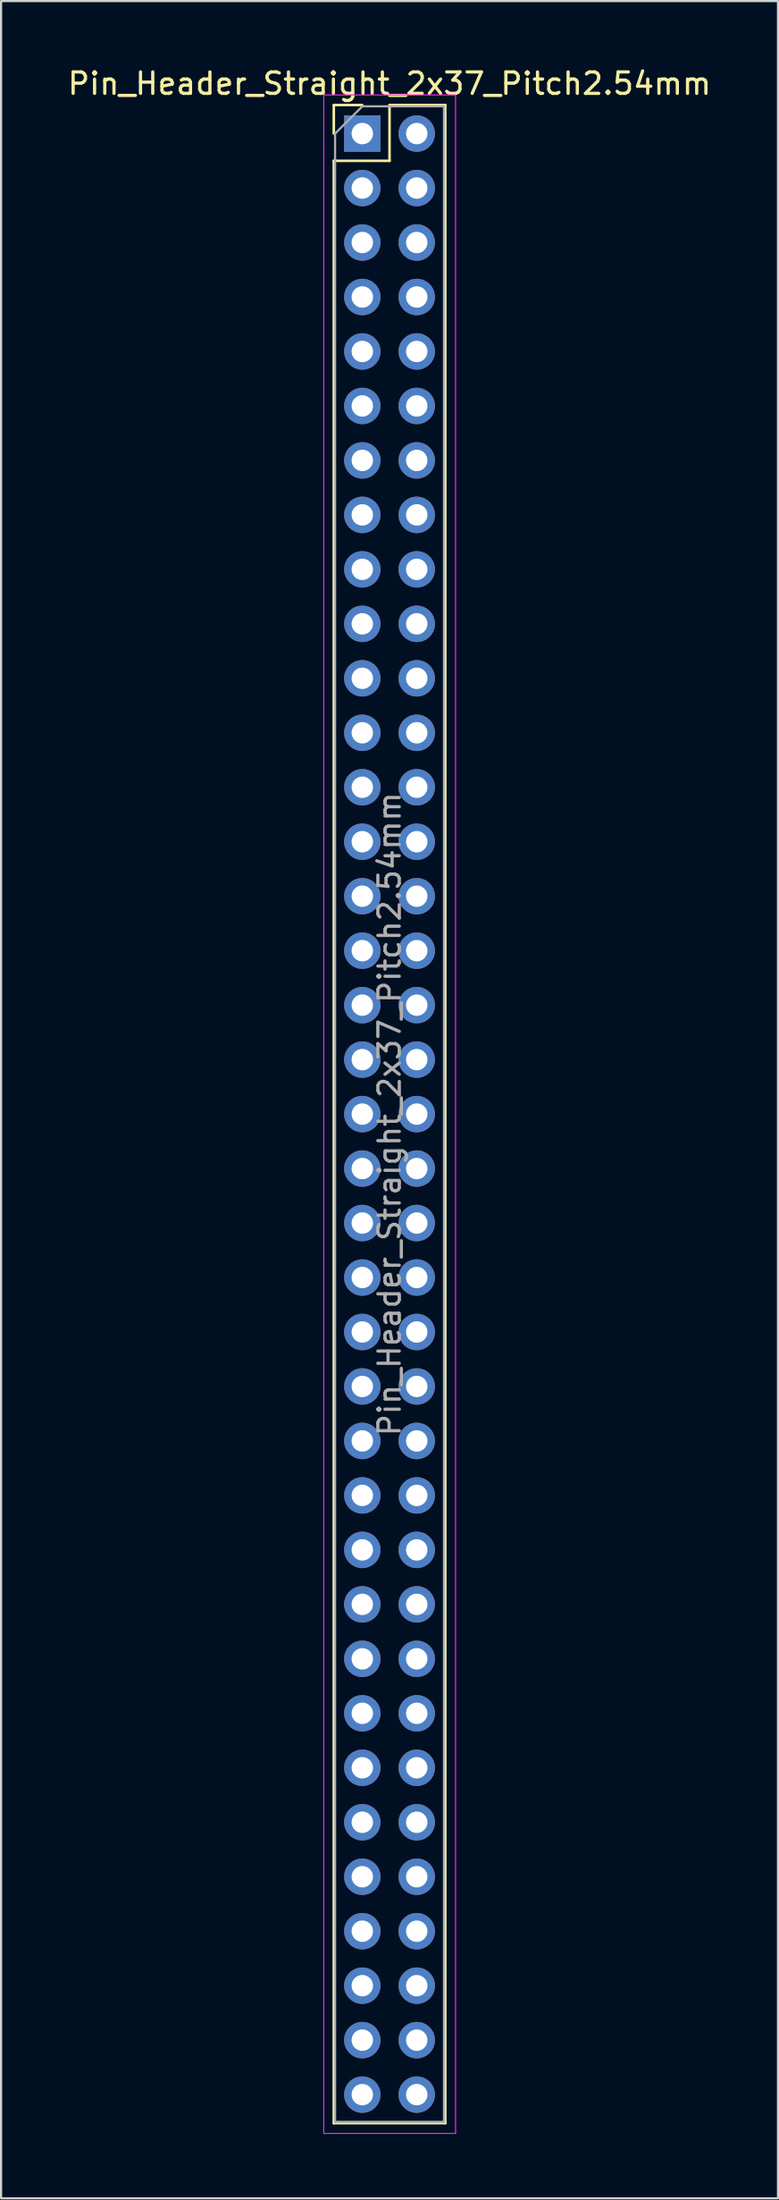
<source format=kicad_pcb>
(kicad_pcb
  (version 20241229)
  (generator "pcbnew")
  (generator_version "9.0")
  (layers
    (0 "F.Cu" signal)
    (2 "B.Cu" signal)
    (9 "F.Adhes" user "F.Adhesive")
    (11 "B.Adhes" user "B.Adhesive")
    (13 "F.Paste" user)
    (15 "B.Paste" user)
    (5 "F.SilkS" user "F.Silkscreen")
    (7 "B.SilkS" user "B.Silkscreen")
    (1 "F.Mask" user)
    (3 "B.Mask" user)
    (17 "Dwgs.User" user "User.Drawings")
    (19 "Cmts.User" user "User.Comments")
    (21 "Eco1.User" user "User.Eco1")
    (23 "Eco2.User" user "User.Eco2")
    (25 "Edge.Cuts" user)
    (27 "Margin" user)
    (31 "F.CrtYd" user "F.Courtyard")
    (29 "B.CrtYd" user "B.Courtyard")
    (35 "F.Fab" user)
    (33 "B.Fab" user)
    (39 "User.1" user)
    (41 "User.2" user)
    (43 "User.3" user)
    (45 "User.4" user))
  (footprint "Pin_Header_Straight_2x37_Pitch2.54mm"
    (layer "F.Cu")
    (at 13.855 3.178)
    (property "Reference" "Pin_Header_Straight_2x37_Pitch2.54mm" (at 1.27 -2.33 0) (layer "F.SilkS") (effects (font (size 1 1) (thickness 0.15))))
    (attr through_hole)
    (fp_line (start -1.33 -1.33) (end 0 -1.33) (stroke (width 0.12) (type solid)) (layer "F.SilkS"))
    (fp_line (start -1.33 0) (end -1.33 -1.33) (stroke (width 0.12) (type solid)) (layer "F.SilkS"))
    (fp_line (start -1.33 1.27) (end -1.33 92.77) (stroke (width 0.12) (type solid)) (layer "F.SilkS"))
    (fp_line (start -1.33 92.77) (end 3.87 92.77) (stroke (width 0.12) (type solid)) (layer "F.SilkS"))
    (fp_line (start 1.27 -1.33) (end 1.27 1.27) (stroke (width 0.12) (type solid)) (layer "F.SilkS"))
    (fp_line (start 1.27 1.27) (end -1.33 1.27) (stroke (width 0.12) (type solid)) (layer "F.SilkS"))
    (fp_line (start 3.87 -1.33) (end 1.27 -1.33) (stroke (width 0.12) (type solid)) (layer "F.SilkS"))
    (fp_line (start 3.87 92.77) (end 3.87 -1.33) (stroke (width 0.12) (type solid)) (layer "F.SilkS"))
    (fp_line (start -1.8 -1.8) (end -1.8 93.25) (stroke (width 0.05) (type solid)) (layer "F.CrtYd"))
    (fp_line (start -1.8 93.25) (end 4.35 93.25) (stroke (width 0.05) (type solid)) (layer "F.CrtYd"))
    (fp_line (start 4.35 -1.8) (end -1.8 -1.8) (stroke (width 0.05) (type solid)) (layer "F.CrtYd"))
    (fp_line (start 4.35 93.25) (end 4.35 -1.8) (stroke (width 0.05) (type solid)) (layer "F.CrtYd"))
    (fp_line (start -1.27 0) (end 0 -1.27) (stroke (width 0.1) (type solid)) (layer "F.Fab"))
    (fp_line (start -1.27 92.71) (end -1.27 0) (stroke (width 0.1) (type solid)) (layer "F.Fab"))
    (fp_line (start 0 -1.27) (end 3.81 -1.27) (stroke (width 0.1) (type solid)) (layer "F.Fab"))
    (fp_line (start 3.81 -1.27) (end 3.81 92.71) (stroke (width 0.1) (type solid)) (layer "F.Fab"))
    (fp_line (start 3.81 92.71) (end -1.27 92.71) (stroke (width 0.1) (type solid)) (layer "F.Fab"))
    (fp_text user "${REFERENCE}" (at 1.27 45.72 90) (layer "F.Fab") (effects (font (size 1 1) (thickness 0.15))))
    (pad "1" thru_hole rect (at 0 0) (size 1.7 1.7) (drill 1) (layers "*.Cu" "*.Mask"))
    (pad "2" thru_hole oval (at 2.54 0) (size 1.7 1.7) (drill 1) (layers "*.Cu" "*.Mask"))
    (pad "3" thru_hole oval (at 0 2.54) (size 1.7 1.7) (drill 1) (layers "*.Cu" "*.Mask"))
    (pad "4" thru_hole oval (at 2.54 2.54) (size 1.7 1.7) (drill 1) (layers "*.Cu" "*.Mask"))
    (pad "5" thru_hole oval (at 0 5.08) (size 1.7 1.7) (drill 1) (layers "*.Cu" "*.Mask"))
    (pad "6" thru_hole oval (at 2.54 5.08) (size 1.7 1.7) (drill 1) (layers "*.Cu" "*.Mask"))
    (pad "7" thru_hole oval (at 0 7.62) (size 1.7 1.7) (drill 1) (layers "*.Cu" "*.Mask"))
    (pad "8" thru_hole oval (at 2.54 7.62) (size 1.7 1.7) (drill 1) (layers "*.Cu" "*.Mask"))
    (pad "9" thru_hole oval (at 0 10.16) (size 1.7 1.7) (drill 1) (layers "*.Cu" "*.Mask"))
    (pad "10" thru_hole oval (at 2.54 10.16) (size 1.7 1.7) (drill 1) (layers "*.Cu" "*.Mask"))
    (pad "11" thru_hole oval (at 0 12.7) (size 1.7 1.7) (drill 1) (layers "*.Cu" "*.Mask"))
    (pad "12" thru_hole oval (at 2.54 12.7) (size 1.7 1.7) (drill 1) (layers "*.Cu" "*.Mask"))
    (pad "13" thru_hole oval (at 0 15.24) (size 1.7 1.7) (drill 1) (layers "*.Cu" "*.Mask"))
    (pad "14" thru_hole oval (at 2.54 15.24) (size 1.7 1.7) (drill 1) (layers "*.Cu" "*.Mask"))
    (pad "15" thru_hole oval (at 0 17.78) (size 1.7 1.7) (drill 1) (layers "*.Cu" "*.Mask"))
    (pad "16" thru_hole oval (at 2.54 17.78) (size 1.7 1.7) (drill 1) (layers "*.Cu" "*.Mask"))
    (pad "17" thru_hole oval (at 0 20.32) (size 1.7 1.7) (drill 1) (layers "*.Cu" "*.Mask"))
    (pad "18" thru_hole oval (at 2.54 20.32) (size 1.7 1.7) (drill 1) (layers "*.Cu" "*.Mask"))
    (pad "19" thru_hole oval (at 0 22.86) (size 1.7 1.7) (drill 1) (layers "*.Cu" "*.Mask"))
    (pad "20" thru_hole oval (at 2.54 22.86) (size 1.7 1.7) (drill 1) (layers "*.Cu" "*.Mask"))
    (pad "21" thru_hole oval (at 0 25.4) (size 1.7 1.7) (drill 1) (layers "*.Cu" "*.Mask"))
    (pad "22" thru_hole oval (at 2.54 25.4) (size 1.7 1.7) (drill 1) (layers "*.Cu" "*.Mask"))
    (pad "23" thru_hole oval (at 0 27.94) (size 1.7 1.7) (drill 1) (layers "*.Cu" "*.Mask"))
    (pad "24" thru_hole oval (at 2.54 27.94) (size 1.7 1.7) (drill 1) (layers "*.Cu" "*.Mask"))
    (pad "25" thru_hole oval (at 0 30.48) (size 1.7 1.7) (drill 1) (layers "*.Cu" "*.Mask"))
    (pad "26" thru_hole oval (at 2.54 30.48) (size 1.7 1.7) (drill 1) (layers "*.Cu" "*.Mask"))
    (pad "27" thru_hole oval (at 0 33.02) (size 1.7 1.7) (drill 1) (layers "*.Cu" "*.Mask"))
    (pad "28" thru_hole oval (at 2.54 33.02) (size 1.7 1.7) (drill 1) (layers "*.Cu" "*.Mask"))
    (pad "29" thru_hole oval (at 0 35.56) (size 1.7 1.7) (drill 1) (layers "*.Cu" "*.Mask"))
    (pad "30" thru_hole oval (at 2.54 35.56) (size 1.7 1.7) (drill 1) (layers "*.Cu" "*.Mask"))
    (pad "31" thru_hole oval (at 0 38.1) (size 1.7 1.7) (drill 1) (layers "*.Cu" "*.Mask"))
    (pad "32" thru_hole oval (at 2.54 38.1) (size 1.7 1.7) (drill 1) (layers "*.Cu" "*.Mask"))
    (pad "33" thru_hole oval (at 0 40.64) (size 1.7 1.7) (drill 1) (layers "*.Cu" "*.Mask"))
    (pad "34" thru_hole oval (at 2.54 40.64) (size 1.7 1.7) (drill 1) (layers "*.Cu" "*.Mask"))
    (pad "35" thru_hole oval (at 0 43.18) (size 1.7 1.7) (drill 1) (layers "*.Cu" "*.Mask"))
    (pad "36" thru_hole oval (at 2.54 43.18) (size 1.7 1.7) (drill 1) (layers "*.Cu" "*.Mask"))
    (pad "37" thru_hole oval (at 0 45.72) (size 1.7 1.7) (drill 1) (layers "*.Cu" "*.Mask"))
    (pad "38" thru_hole oval (at 2.54 45.72) (size 1.7 1.7) (drill 1) (layers "*.Cu" "*.Mask"))
    (pad "39" thru_hole oval (at 0 48.26) (size 1.7 1.7) (drill 1) (layers "*.Cu" "*.Mask"))
    (pad "40" thru_hole oval (at 2.54 48.26) (size 1.7 1.7) (drill 1) (layers "*.Cu" "*.Mask"))
    (pad "41" thru_hole oval (at 0 50.8) (size 1.7 1.7) (drill 1) (layers "*.Cu" "*.Mask"))
    (pad "42" thru_hole oval (at 2.54 50.8) (size 1.7 1.7) (drill 1) (layers "*.Cu" "*.Mask"))
    (pad "43" thru_hole oval (at 0 53.34) (size 1.7 1.7) (drill 1) (layers "*.Cu" "*.Mask"))
    (pad "44" thru_hole oval (at 2.54 53.34) (size 1.7 1.7) (drill 1) (layers "*.Cu" "*.Mask"))
    (pad "45" thru_hole oval (at 0 55.88) (size 1.7 1.7) (drill 1) (layers "*.Cu" "*.Mask"))
    (pad "46" thru_hole oval (at 2.54 55.88) (size 1.7 1.7) (drill 1) (layers "*.Cu" "*.Mask"))
    (pad "47" thru_hole oval (at 0 58.42) (size 1.7 1.7) (drill 1) (layers "*.Cu" "*.Mask"))
    (pad "48" thru_hole oval (at 2.54 58.42) (size 1.7 1.7) (drill 1) (layers "*.Cu" "*.Mask"))
    (pad "49" thru_hole oval (at 0 60.96) (size 1.7 1.7) (drill 1) (layers "*.Cu" "*.Mask"))
    (pad "50" thru_hole oval (at 2.54 60.96) (size 1.7 1.7) (drill 1) (layers "*.Cu" "*.Mask"))
    (pad "51" thru_hole oval (at 0 63.5) (size 1.7 1.7) (drill 1) (layers "*.Cu" "*.Mask"))
    (pad "52" thru_hole oval (at 2.54 63.5) (size 1.7 1.7) (drill 1) (layers "*.Cu" "*.Mask"))
    (pad "53" thru_hole oval (at 0 66.04) (size 1.7 1.7) (drill 1) (layers "*.Cu" "*.Mask"))
    (pad "54" thru_hole oval (at 2.54 66.04) (size 1.7 1.7) (drill 1) (layers "*.Cu" "*.Mask"))
    (pad "55" thru_hole oval (at 0 68.58) (size 1.7 1.7) (drill 1) (layers "*.Cu" "*.Mask"))
    (pad "56" thru_hole oval (at 2.54 68.58) (size 1.7 1.7) (drill 1) (layers "*.Cu" "*.Mask"))
    (pad "57" thru_hole oval (at 0 71.12) (size 1.7 1.7) (drill 1) (layers "*.Cu" "*.Mask"))
    (pad "58" thru_hole oval (at 2.54 71.12) (size 1.7 1.7) (drill 1) (layers "*.Cu" "*.Mask"))
    (pad "59" thru_hole oval (at 0 73.66) (size 1.7 1.7) (drill 1) (layers "*.Cu" "*.Mask"))
    (pad "60" thru_hole oval (at 2.54 73.66) (size 1.7 1.7) (drill 1) (layers "*.Cu" "*.Mask"))
    (pad "61" thru_hole oval (at 0 76.2) (size 1.7 1.7) (drill 1) (layers "*.Cu" "*.Mask"))
    (pad "62" thru_hole oval (at 2.54 76.2) (size 1.7 1.7) (drill 1) (layers "*.Cu" "*.Mask"))
    (pad "63" thru_hole oval (at 0 78.74) (size 1.7 1.7) (drill 1) (layers "*.Cu" "*.Mask"))
    (pad "64" thru_hole oval (at 2.54 78.74) (size 1.7 1.7) (drill 1) (layers "*.Cu" "*.Mask"))
    (pad "65" thru_hole oval (at 0 81.28) (size 1.7 1.7) (drill 1) (layers "*.Cu" "*.Mask"))
    (pad "66" thru_hole oval (at 2.54 81.28) (size 1.7 1.7) (drill 1) (layers "*.Cu" "*.Mask"))
    (pad "67" thru_hole oval (at 0 83.82) (size 1.7 1.7) (drill 1) (layers "*.Cu" "*.Mask"))
    (pad "68" thru_hole oval (at 2.54 83.82) (size 1.7 1.7) (drill 1) (layers "*.Cu" "*.Mask"))
    (pad "69" thru_hole oval (at 0 86.36) (size 1.7 1.7) (drill 1) (layers "*.Cu" "*.Mask"))
    (pad "70" thru_hole oval (at 2.54 86.36) (size 1.7 1.7) (drill 1) (layers "*.Cu" "*.Mask"))
    (pad "71" thru_hole oval (at 0 88.9) (size 1.7 1.7) (drill 1) (layers "*.Cu" "*.Mask"))
    (pad "72" thru_hole oval (at 2.54 88.9) (size 1.7 1.7) (drill 1) (layers "*.Cu" "*.Mask"))
    (pad "73" thru_hole oval (at 0 91.44) (size 1.7 1.7) (drill 1) (layers "*.Cu" "*.Mask"))
    (pad "74" thru_hole oval (at 2.54 91.44) (size 1.7 1.7) (drill 1) (layers "*.Cu" "*.Mask")))
  (gr_rect
    (start -3 -3)
    (end 33.25 99.453)
    (stroke (width 0.1) (type default))
    (fill no)
    (layer "Edge.Cuts")))
</source>
